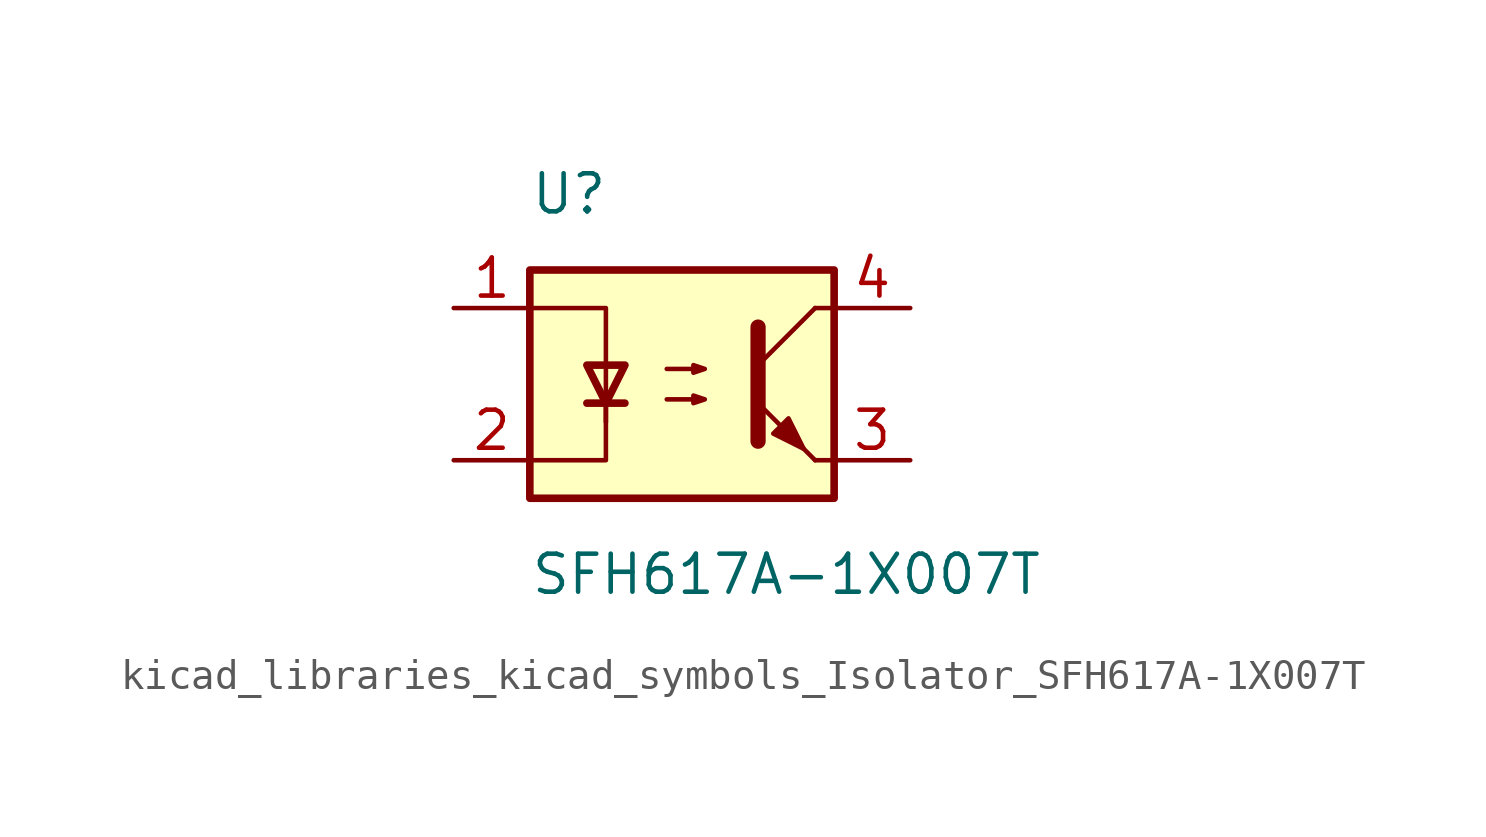
<source format=kicad_sym>
(kicad_symbol_lib
  (version 20220914)
  (generator kicad_symbol_editor)
  (symbol "kicad_libraries_kicad_symbols_Isolator_SFH617A-1X007T"
    (pin_names
      (offset 1.016))
    (property "Reference" "U"
      (at -5.08 6.35 0)
      (effects (font (size 1.27 1.27)) (justify left)))
    (property "Value" "SFH617A-1X007T"
      (at -5.08 -6.35 0)
      (effects (font (size 1.27 1.27)) (justify left)))
    (symbol "kicad_libraries_kicad_symbols_Isolator_SFH617A-1X007T_0_1"
      (rectangle (start -5.08 3.81) (end 5.08 -3.81) (stroke (width 0.254) (type default)) (fill (type background)))
      (polyline (pts (xy -3.175 -0.635) (xy -1.905 -0.635)) (stroke (width 0.254) (type default)) (fill (type none)))
      (polyline (pts (xy 2.54 0.635) (xy 4.445 2.54)) (stroke (width 0) (type default)) (fill (type none)))
      (polyline (pts (xy 4.445 -2.54) (xy 2.54 -0.635)) (stroke (width 0) (type default)) (fill (type outline)))
      (polyline (pts (xy 4.445 -2.54) (xy 5.08 -2.54)) (stroke (width 0) (type default)) (fill (type none)))
      (polyline (pts (xy 4.445 2.54) (xy 5.08 2.54)) (stroke (width 0) (type default)) (fill (type none)))
      (polyline (pts (xy -2.54 -0.635) (xy -2.54 -2.54) (xy -5.08 -2.54)) (stroke (width 0) (type default)) (fill (type none)))
      (polyline (pts (xy 2.54 1.905) (xy 2.54 -1.905) (xy 2.54 -1.905)) (stroke (width 0.508) (type default)) (fill (type none)))
      (polyline (pts (xy -5.08 2.54) (xy -2.54 2.54) (xy -2.54 -1.27) (xy -2.54 0.635)) (stroke (width 0) (type default)) (fill (type none)))
      (polyline (pts (xy -2.54 -0.635) (xy -3.175 0.635) (xy -1.905 0.635) (xy -2.54 -0.635)) (stroke (width 0.254) (type default)) (fill (type none)))
      (polyline (pts (xy -0.508 -0.508) (xy 0.762 -0.508) (xy 0.381 -0.635) (xy 0.381 -0.381) (xy 0.762 -0.508)) (stroke (width 0) (type default)) (fill (type none)))
      (polyline (pts (xy -0.508 0.508) (xy 0.762 0.508) (xy 0.381 0.381) (xy 0.381 0.635) (xy 0.762 0.508)) (stroke (width 0) (type default)) (fill (type none)))
      (polyline (pts (xy 3.048 -1.651) (xy 3.556 -1.143) (xy 4.064 -2.159) (xy 3.048 -1.651) (xy 3.048 -1.651)) (stroke (width 0) (type default)) (fill (type outline))))
    (symbol "kicad_libraries_kicad_symbols_Isolator_SFH617A-1X007T_1_1"
      (pin passive line (at -7.62 2.54 0) (length 2.54) (name "~" (effects (font (size 1.27 1.27)))) (number "1" (effects (font (size 1.27 1.27)))))
      (pin passive line (at -7.62 -2.54 0) (length 2.54) (name "~" (effects (font (size 1.27 1.27)))) (number "2" (effects (font (size 1.27 1.27)))))
      (pin passive line (at 7.62 -2.54 180) (length 2.54) (name "~" (effects (font (size 1.27 1.27)))) (number "3" (effects (font (size 1.27 1.27)))))
      (pin passive line (at 7.62 2.54 180) (length 2.54) (name "~" (effects (font (size 1.27 1.27)))) (number "4" (effects (font (size 1.27 1.27))))))))
</source>
